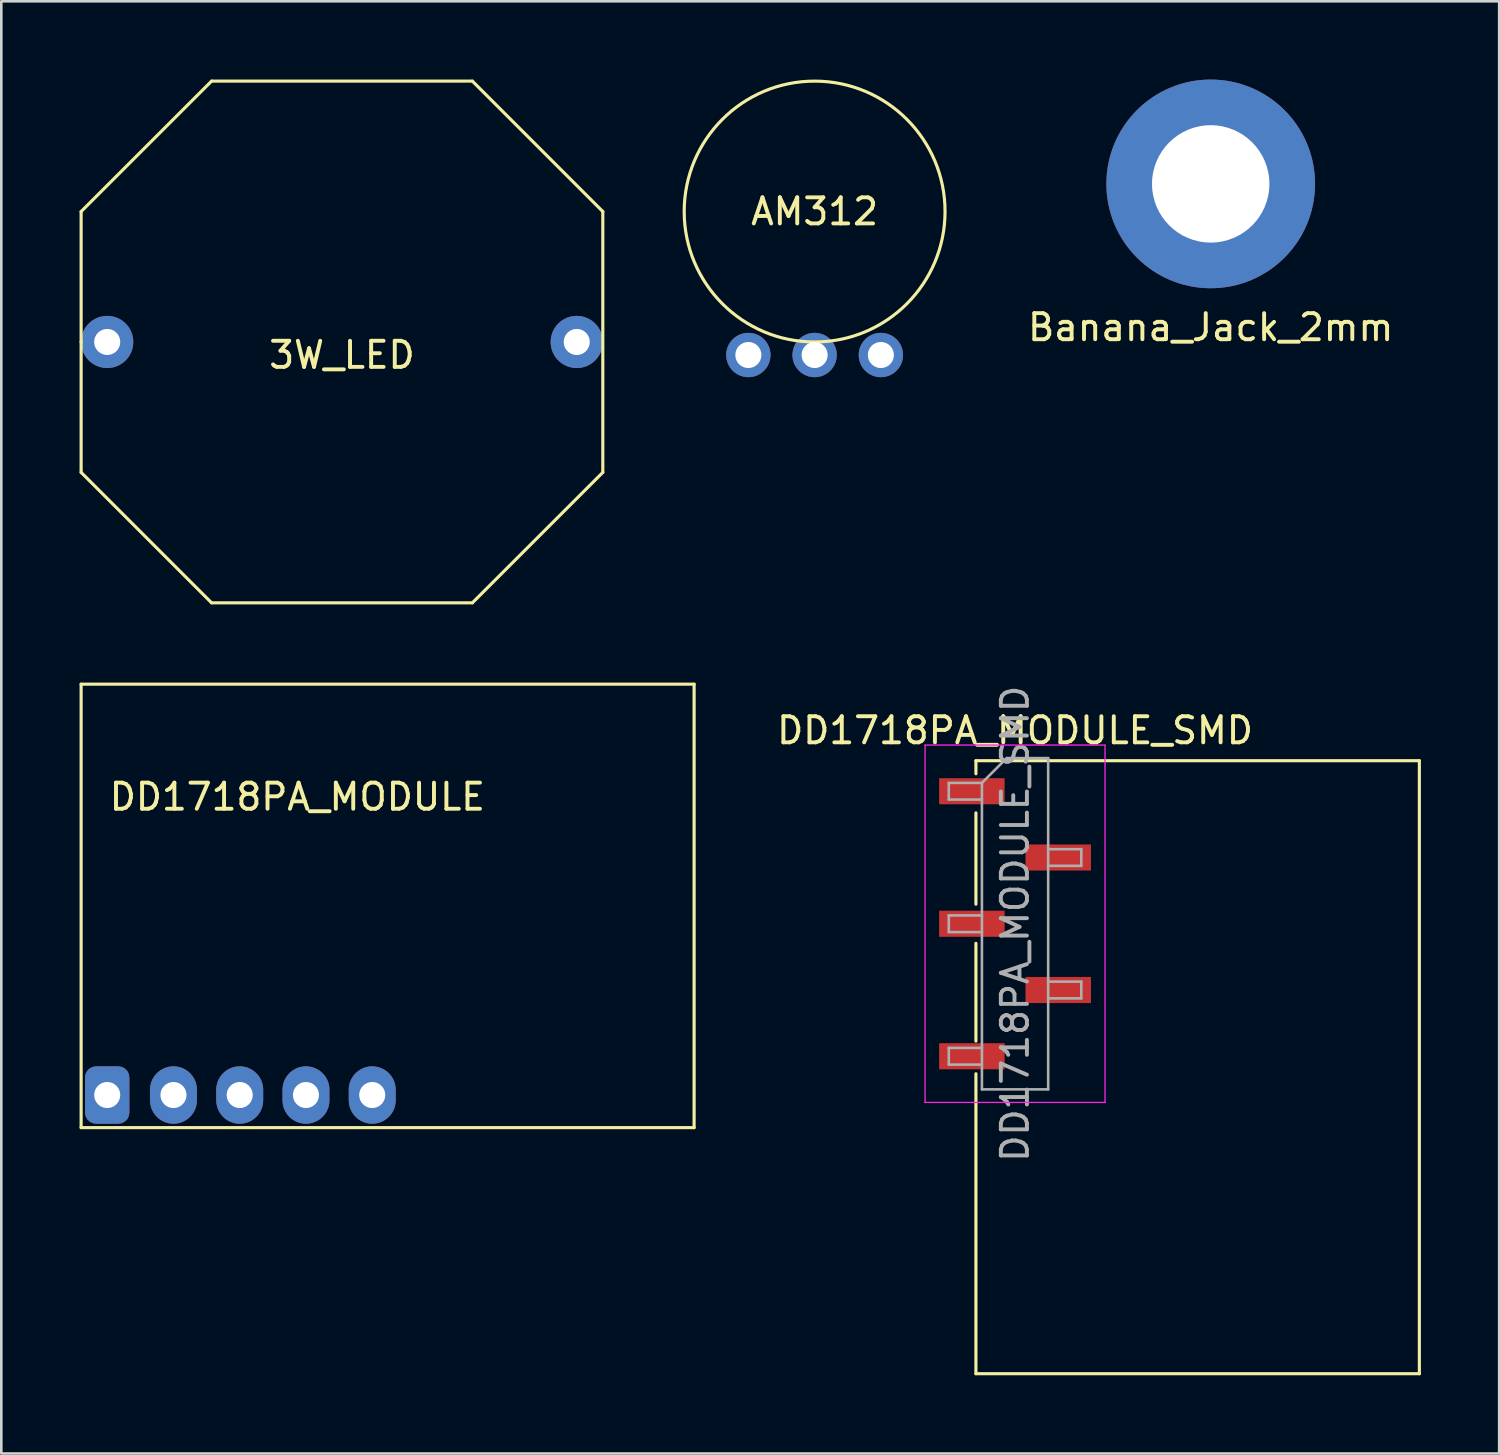
<source format=kicad_pcb>
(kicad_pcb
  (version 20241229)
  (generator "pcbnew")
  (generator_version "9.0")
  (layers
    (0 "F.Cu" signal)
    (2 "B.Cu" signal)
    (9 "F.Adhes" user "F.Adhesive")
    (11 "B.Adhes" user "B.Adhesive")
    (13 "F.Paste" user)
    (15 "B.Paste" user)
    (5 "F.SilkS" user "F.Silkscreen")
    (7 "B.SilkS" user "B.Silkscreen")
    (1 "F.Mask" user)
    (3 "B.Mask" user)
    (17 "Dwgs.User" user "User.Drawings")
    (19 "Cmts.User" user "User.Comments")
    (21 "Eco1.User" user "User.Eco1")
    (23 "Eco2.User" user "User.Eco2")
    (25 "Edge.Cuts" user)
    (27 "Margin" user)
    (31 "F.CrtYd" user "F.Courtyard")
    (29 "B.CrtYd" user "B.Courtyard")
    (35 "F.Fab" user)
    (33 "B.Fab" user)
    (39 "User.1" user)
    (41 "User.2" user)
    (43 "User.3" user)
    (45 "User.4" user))
  (footprint "DD1718PA_MODULE"
    (layer "F.Cu")
    (at 1.06 38.93)
    (property "Reference" "DD1718PA_MODULE" (at 0 -11.43 0) (layer "F.SilkS") (effects (font (size 1 1) (thickness 0.15)) (justify left)))
    (attr through_hole)
    (fp_line (start -1 -15.75) (end -1 1.25) (stroke (width 0.12) (type solid)) (layer "F.SilkS"))
    (fp_line (start -1 1.25) (end 22.5 1.25) (stroke (width 0.12) (type solid)) (layer "F.SilkS"))
    (fp_line (start 22.5 -15.75) (end -1 -15.75) (stroke (width 0.12) (type solid)) (layer "F.SilkS"))
    (fp_line (start 22.5 1.25) (end 22.5 -15.75) (stroke (width 0.12) (type solid)) (layer "F.SilkS"))
    (pad "1" thru_hole roundrect (at 0 0) (size 1.7 2.2) (drill 1) (layers "*.Cu" "*.Mask") (roundrect_rratio 0.25))
    (pad "2" thru_hole oval (at 2.54 0) (size 1.8 2.2) (drill 1) (layers "*.Cu" "*.Mask"))
    (pad "3" thru_hole oval (at 5.08 0) (size 1.8 2.2) (drill 1) (layers "*.Cu" "*.Mask"))
    (pad "4" thru_hole oval (at 7.62 0) (size 1.8 2.2) (drill 1) (layers "*.Cu" "*.Mask"))
    (pad "5" thru_hole oval (at 10.16 0) (size 1.8 2.2) (drill 1) (layers "*.Cu" "*.Mask")))
  (footprint "3W_LED"
    (layer "F.Cu")
    (at 10.06 10.06)
    (property "Reference" "3W_LED" (at 0 0.5 0) (layer "F.SilkS") (effects (font (size 1 1) (thickness 0.15))))
    (attr through_hole)
    (fp_line (start -10 -5) (end -5 -10) (stroke (width 0.12) (type solid)) (layer "F.SilkS"))
    (fp_line (start -10 0) (end -10 -5) (stroke (width 0.12) (type solid)) (layer "F.SilkS"))
    (fp_line (start -10 5) (end -10 0) (stroke (width 0.12) (type solid)) (layer "F.SilkS"))
    (fp_line (start -5 -10) (end 5 -10) (stroke (width 0.12) (type solid)) (layer "F.SilkS"))
    (fp_line (start -5 10) (end -10 5) (stroke (width 0.12) (type solid)) (layer "F.SilkS"))
    (fp_line (start 5 -10) (end 10 -5) (stroke (width 0.12) (type solid)) (layer "F.SilkS"))
    (fp_line (start 5 10) (end -5 10) (stroke (width 0.12) (type solid)) (layer "F.SilkS"))
    (fp_line (start 10 -5) (end 10 5) (stroke (width 0.12) (type solid)) (layer "F.SilkS"))
    (fp_line (start 10 5) (end 5 10) (stroke (width 0.12) (type solid)) (layer "F.SilkS"))
    (pad "1" thru_hole circle (at -9 0) (size 2 2) (drill 1) (layers "*.Cu" "*.Mask"))
    (pad "2" thru_hole circle (at 9 0) (size 2 2) (drill 1) (layers "*.Cu" "*.Mask")))
  (footprint "AM312"
    (layer "F.Cu")
    (at 28.18 10.56)
    (property "Reference" "AM312" (at 0 -5.5 0) (layer "F.SilkS") (effects (font (size 1 1) (thickness 0.15))))
    (attr through_hole)
    (fp_circle (center 0 -5.5) (end 0 -10.5) (stroke (width 0.12) (type solid)) (fill no) (layer "F.SilkS"))
    (pad "1" thru_hole circle (at -2.54 0) (size 1.7 1.7) (drill 1) (layers "*.Cu" "*.Mask"))
    (pad "2" thru_hole circle (at 0 0) (size 1.7 1.7) (drill 1) (layers "*.Cu" "*.Mask"))
    (pad "3" thru_hole circle (at 2.54 0) (size 1.7 1.7) (drill 1) (layers "*.Cu" "*.Mask")))
  (footprint "DD1718PA_MODULE_SMD"
    (layer "F.Cu")
    (at 35.864 32.364)
    (property "Reference" "DD1718PA_MODULE_SMD" (at 0 -7.41 0) (layer "F.SilkS") (effects (font (size 1 1) (thickness 0.15))))
    (attr smd)
    (fp_line (start -1.5 -5.75) (end -1.5 -6.25) (stroke (width 0.12) (type solid)) (layer "F.SilkS"))
    (fp_line (start -1.5 -0.75) (end -1.5 -4.25) (stroke (width 0.12) (type solid)) (layer "F.SilkS"))
    (fp_line (start -1.5 4.5) (end -1.5 0.75) (stroke (width 0.12) (type solid)) (layer "F.SilkS"))
    (fp_line (start -1.5 5.75) (end -1.5 17.25) (stroke (width 0.12) (type solid)) (layer "F.SilkS"))
    (fp_line (start -1.5 17.25) (end 15.5 17.25) (stroke (width 0.12) (type solid)) (layer "F.SilkS"))
    (fp_line (start 15.5 -6.25) (end -1.5 -6.25) (stroke (width 0.12) (type solid)) (layer "F.SilkS"))
    (fp_line (start 15.5 17.25) (end 15.5 -6.25) (stroke (width 0.12) (type solid)) (layer "F.SilkS"))
    (fp_line (start -3.45 -6.85) (end -3.45 6.85) (stroke (width 0.05) (type solid)) (layer "F.CrtYd"))
    (fp_line (start -3.45 6.85) (end 3.45 6.85) (stroke (width 0.05) (type solid)) (layer "F.CrtYd"))
    (fp_line (start 3.45 -6.85) (end -3.45 -6.85) (stroke (width 0.05) (type solid)) (layer "F.CrtYd"))
    (fp_line (start 3.45 6.85) (end 3.45 -6.85) (stroke (width 0.05) (type solid)) (layer "F.CrtYd"))
    (fp_line (start -2.54 -5.4) (end -2.54 -4.76) (stroke (width 0.1) (type solid)) (layer "F.Fab"))
    (fp_line (start -2.54 -4.76) (end -1.27 -4.76) (stroke (width 0.1) (type solid)) (layer "F.Fab"))
    (fp_line (start -2.54 -0.32) (end -2.54 0.32) (stroke (width 0.1) (type solid)) (layer "F.Fab"))
    (fp_line (start -2.54 0.32) (end -1.27 0.32) (stroke (width 0.1) (type solid)) (layer "F.Fab"))
    (fp_line (start -2.54 4.76) (end -2.54 5.4) (stroke (width 0.1) (type solid)) (layer "F.Fab"))
    (fp_line (start -2.54 5.4) (end -1.27 5.4) (stroke (width 0.1) (type solid)) (layer "F.Fab"))
    (fp_line (start -1.27 -5.4) (end -2.54 -5.4) (stroke (width 0.1) (type solid)) (layer "F.Fab"))
    (fp_line (start -1.27 -5.4) (end -0.32 -6.35) (stroke (width 0.1) (type solid)) (layer "F.Fab"))
    (fp_line (start -1.27 -0.32) (end -2.54 -0.32) (stroke (width 0.1) (type solid)) (layer "F.Fab"))
    (fp_line (start -1.27 4.76) (end -2.54 4.76) (stroke (width 0.1) (type solid)) (layer "F.Fab"))
    (fp_line (start -1.27 6.35) (end -1.27 -5.4) (stroke (width 0.1) (type solid)) (layer "F.Fab"))
    (fp_line (start -0.32 -6.35) (end 1.27 -6.35) (stroke (width 0.1) (type solid)) (layer "F.Fab"))
    (fp_line (start 1.27 -6.35) (end 1.27 6.35) (stroke (width 0.1) (type solid)) (layer "F.Fab"))
    (fp_line (start 1.27 -2.86) (end 2.54 -2.86) (stroke (width 0.1) (type solid)) (layer "F.Fab"))
    (fp_line (start 1.27 2.22) (end 2.54 2.22) (stroke (width 0.1) (type solid)) (layer "F.Fab"))
    (fp_line (start 1.27 6.35) (end -1.27 6.35) (stroke (width 0.1) (type solid)) (layer "F.Fab"))
    (fp_line (start 2.54 -2.86) (end 2.54 -2.22) (stroke (width 0.1) (type solid)) (layer "F.Fab"))
    (fp_line (start 2.54 -2.22) (end 1.27 -2.22) (stroke (width 0.1) (type solid)) (layer "F.Fab"))
    (fp_line (start 2.54 2.22) (end 2.54 2.86) (stroke (width 0.1) (type solid)) (layer "F.Fab"))
    (fp_line (start 2.54 2.86) (end 1.27 2.86) (stroke (width 0.1) (type solid)) (layer "F.Fab"))
    (fp_text user "${REFERENCE}" (at 0 0 90) (layer "F.Fab") (effects (font (size 1 1) (thickness 0.15))))
    (pad "1" smd rect (at -1.655 -5.08) (size 2.51 1) (layers "F.Cu" "F.Mask" "F.Paste"))
    (pad "2" smd rect (at 1.655 -2.54) (size 2.51 1) (layers "F.Cu" "F.Mask" "F.Paste"))
    (pad "3" smd rect (at -1.655 0) (size 2.51 1) (layers "F.Cu" "F.Mask" "F.Paste"))
    (pad "4" smd rect (at 1.655 2.54) (size 2.51 1) (layers "F.Cu" "F.Mask" "F.Paste"))
    (pad "5" smd rect (at -1.655 5.08) (size 2.51 1) (layers "F.Cu" "F.Mask" "F.Paste")))
  (footprint "Banana_Jack_2mm"
    (layer "F.Cu")
    (at 43.365 4)
    (property "Reference" "Banana_Jack_2mm" (at 0 5.5 0) (layer "F.SilkS") (effects (font (size 1 1) (thickness 0.15))))
    (attr through_hole)
    (pad "1" thru_hole circle (at 0 0) (size 8 8) (drill 4.5) (layers "*.Cu" "*.Mask")))
  (gr_rect
    (start -3 -3)
    (end 54.424 52.674)
    (stroke (width 0.1) (type default))
    (fill no)
    (layer "Edge.Cuts")))
</source>
